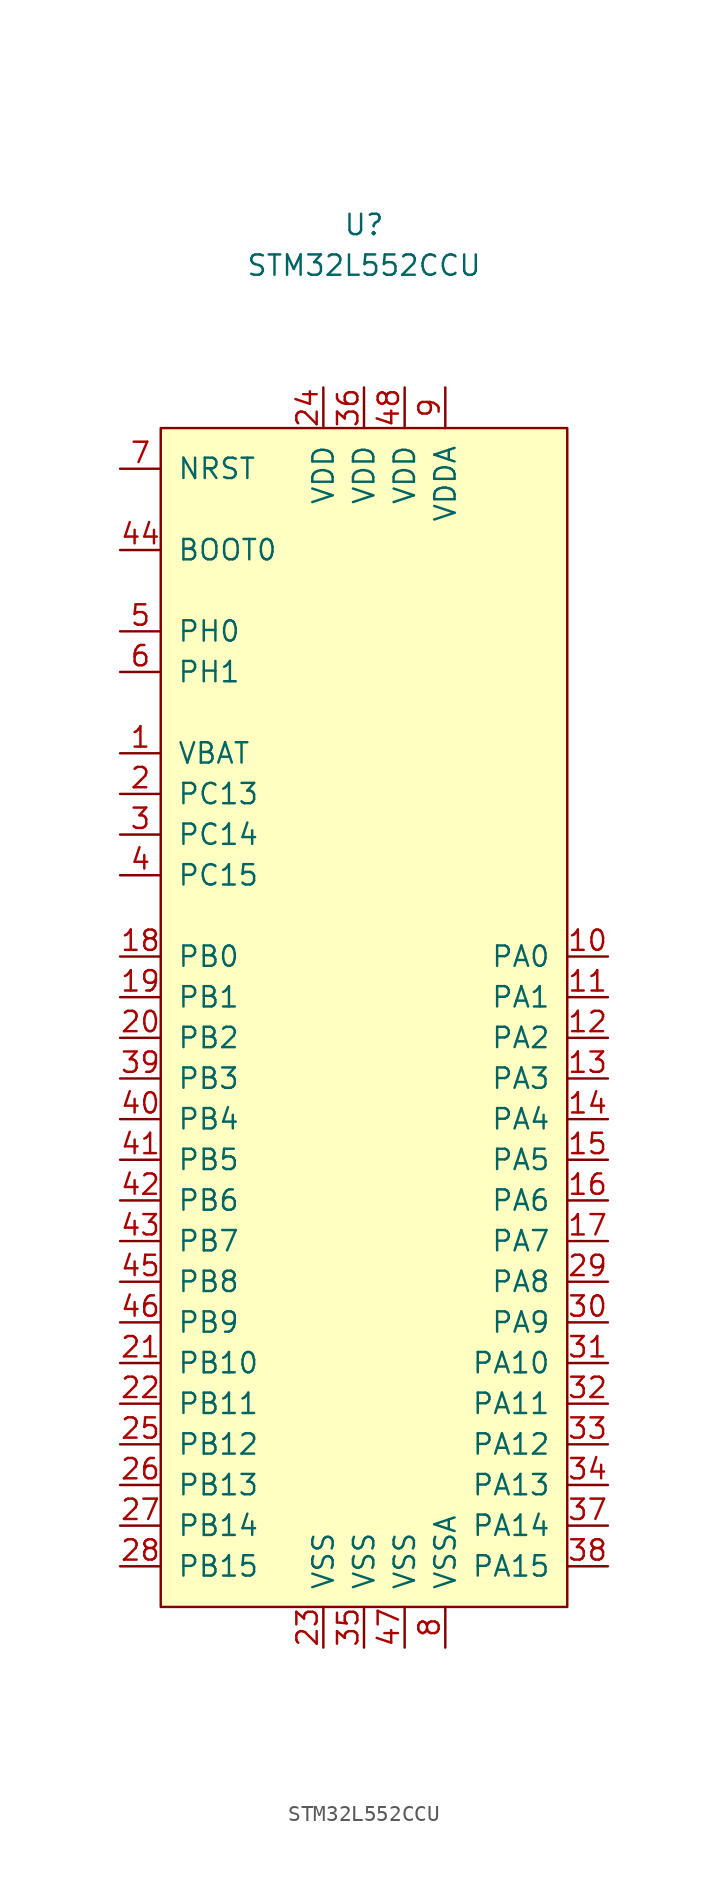
<source format=kicad_sym>
(kicad_symbol_lib
  (version 20211014)
  (generator kicad_symbol_editor)
  (symbol "STM32L552CCU"
    (pin_names
      (offset 1.016))
    (property "Reference" "U"
      (at 3.81 8.89 0)
      (effects (font (size 1.27 1.27))))
    (property "Value" "STM32L552CCU"
      (at 3.81 6.35 0)
      (effects (font (size 1.27 1.27))))
    (symbol "STM32L552CCU_0_1"
      (rectangle (start -8.89 -3.81) (end 16.51 -77.47) (stroke (width 0) (type default) (color 0 0 0 0)) (fill (type background))))
    (symbol "STM32L552CCU_1_1"
      (pin input line (at -11.43 -24.13 0) (length 2.54) (name "VBAT" (effects (font (size 1.27 1.27)))) (number "1" (effects (font (size 1.27 1.27)))))
      (pin input line (at 19.05 -36.83 180) (length 2.54) (name "PA0" (effects (font (size 1.27 1.27)))) (number "10" (effects (font (size 1.27 1.27)))))
      (pin input line (at 19.05 -39.37 180) (length 2.54) (name "PA1" (effects (font (size 1.27 1.27)))) (number "11" (effects (font (size 1.27 1.27)))))
      (pin input line (at 19.05 -41.91 180) (length 2.54) (name "PA2" (effects (font (size 1.27 1.27)))) (number "12" (effects (font (size 1.27 1.27)))))
      (pin input line (at 19.05 -44.45 180) (length 2.54) (name "PA3" (effects (font (size 1.27 1.27)))) (number "13" (effects (font (size 1.27 1.27)))))
      (pin input line (at 19.05 -46.99 180) (length 2.54) (name "PA4" (effects (font (size 1.27 1.27)))) (number "14" (effects (font (size 1.27 1.27)))))
      (pin input line (at 19.05 -49.53 180) (length 2.54) (name "PA5" (effects (font (size 1.27 1.27)))) (number "15" (effects (font (size 1.27 1.27)))))
      (pin input line (at 19.05 -52.07 180) (length 2.54) (name "PA6" (effects (font (size 1.27 1.27)))) (number "16" (effects (font (size 1.27 1.27)))))
      (pin input line (at 19.05 -54.61 180) (length 2.54) (name "PA7" (effects (font (size 1.27 1.27)))) (number "17" (effects (font (size 1.27 1.27)))))
      (pin input line (at -11.43 -36.83 0) (length 2.54) (name "PB0" (effects (font (size 1.27 1.27)))) (number "18" (effects (font (size 1.27 1.27)))))
      (pin input line (at -11.43 -39.37 0) (length 2.54) (name "PB1" (effects (font (size 1.27 1.27)))) (number "19" (effects (font (size 1.27 1.27)))))
      (pin input line (at -11.43 -26.67 0) (length 2.54) (name "PC13" (effects (font (size 1.27 1.27)))) (number "2" (effects (font (size 1.27 1.27)))))
      (pin input line (at -11.43 -41.91 0) (length 2.54) (name "PB2" (effects (font (size 1.27 1.27)))) (number "20" (effects (font (size 1.27 1.27)))))
      (pin input line (at -11.43 -62.23 0) (length 2.54) (name "PB10" (effects (font (size 1.27 1.27)))) (number "21" (effects (font (size 1.27 1.27)))))
      (pin input line (at -11.43 -64.77 0) (length 2.54) (name "PB11" (effects (font (size 1.27 1.27)))) (number "22" (effects (font (size 1.27 1.27)))))
      (pin input line (at 1.27 -80.01 90) (length 2.54) (name "VSS" (effects (font (size 1.27 1.27)))) (number "23" (effects (font (size 1.27 1.27)))))
      (pin input line (at 1.27 -1.27 270) (length 2.54) (name "VDD" (effects (font (size 1.27 1.27)))) (number "24" (effects (font (size 1.27 1.27)))))
      (pin input line (at -11.43 -67.31 0) (length 2.54) (name "PB12" (effects (font (size 1.27 1.27)))) (number "25" (effects (font (size 1.27 1.27)))))
      (pin input line (at -11.43 -69.85 0) (length 2.54) (name "PB13" (effects (font (size 1.27 1.27)))) (number "26" (effects (font (size 1.27 1.27)))))
      (pin input line (at -11.43 -72.39 0) (length 2.54) (name "PB14" (effects (font (size 1.27 1.27)))) (number "27" (effects (font (size 1.27 1.27)))))
      (pin input line (at -11.43 -74.93 0) (length 2.54) (name "PB15" (effects (font (size 1.27 1.27)))) (number "28" (effects (font (size 1.27 1.27)))))
      (pin input line (at 19.05 -57.15 180) (length 2.54) (name "PA8" (effects (font (size 1.27 1.27)))) (number "29" (effects (font (size 1.27 1.27)))))
      (pin input line (at -11.43 -29.21 0) (length 2.54) (name "PC14" (effects (font (size 1.27 1.27)))) (number "3" (effects (font (size 1.27 1.27)))))
      (pin input line (at 19.05 -59.69 180) (length 2.54) (name "PA9" (effects (font (size 1.27 1.27)))) (number "30" (effects (font (size 1.27 1.27)))))
      (pin input line (at 19.05 -62.23 180) (length 2.54) (name "PA10" (effects (font (size 1.27 1.27)))) (number "31" (effects (font (size 1.27 1.27)))))
      (pin input line (at 19.05 -64.77 180) (length 2.54) (name "PA11" (effects (font (size 1.27 1.27)))) (number "32" (effects (font (size 1.27 1.27)))))
      (pin input line (at 19.05 -67.31 180) (length 2.54) (name "PA12" (effects (font (size 1.27 1.27)))) (number "33" (effects (font (size 1.27 1.27)))))
      (pin input line (at 19.05 -69.85 180) (length 2.54) (name "PA13" (effects (font (size 1.27 1.27)))) (number "34" (effects (font (size 1.27 1.27)))))
      (pin input line (at 3.81 -80.01 90) (length 2.54) (name "VSS" (effects (font (size 1.27 1.27)))) (number "35" (effects (font (size 1.27 1.27)))))
      (pin input line (at 3.81 -1.27 270) (length 2.54) (name "VDD" (effects (font (size 1.27 1.27)))) (number "36" (effects (font (size 1.27 1.27)))))
      (pin input line (at 19.05 -72.39 180) (length 2.54) (name "PA14" (effects (font (size 1.27 1.27)))) (number "37" (effects (font (size 1.27 1.27)))))
      (pin input line (at 19.05 -74.93 180) (length 2.54) (name "PA15" (effects (font (size 1.27 1.27)))) (number "38" (effects (font (size 1.27 1.27)))))
      (pin input line (at -11.43 -44.45 0) (length 2.54) (name "PB3" (effects (font (size 1.27 1.27)))) (number "39" (effects (font (size 1.27 1.27)))))
      (pin input line (at -11.43 -31.75 0) (length 2.54) (name "PC15" (effects (font (size 1.27 1.27)))) (number "4" (effects (font (size 1.27 1.27)))))
      (pin input line (at -11.43 -46.99 0) (length 2.54) (name "PB4" (effects (font (size 1.27 1.27)))) (number "40" (effects (font (size 1.27 1.27)))))
      (pin input line (at -11.43 -49.53 0) (length 2.54) (name "PB5" (effects (font (size 1.27 1.27)))) (number "41" (effects (font (size 1.27 1.27)))))
      (pin input line (at -11.43 -52.07 0) (length 2.54) (name "PB6" (effects (font (size 1.27 1.27)))) (number "42" (effects (font (size 1.27 1.27)))))
      (pin input line (at -11.43 -54.61 0) (length 2.54) (name "PB7" (effects (font (size 1.27 1.27)))) (number "43" (effects (font (size 1.27 1.27)))))
      (pin input line (at -11.43 -11.43 0) (length 2.54) (name "BOOT0" (effects (font (size 1.27 1.27)))) (number "44" (effects (font (size 1.27 1.27)))))
      (pin input line (at -11.43 -57.15 0) (length 2.54) (name "PB8" (effects (font (size 1.27 1.27)))) (number "45" (effects (font (size 1.27 1.27)))))
      (pin input line (at -11.43 -59.69 0) (length 2.54) (name "PB9" (effects (font (size 1.27 1.27)))) (number "46" (effects (font (size 1.27 1.27)))))
      (pin input line (at 6.35 -80.01 90) (length 2.54) (name "VSS" (effects (font (size 1.27 1.27)))) (number "47" (effects (font (size 1.27 1.27)))))
      (pin input line (at 6.35 -1.27 270) (length 2.54) (name "VDD" (effects (font (size 1.27 1.27)))) (number "48" (effects (font (size 1.27 1.27)))))
      (pin input line (at -11.43 -16.51 0) (length 2.54) (name "PH0" (effects (font (size 1.27 1.27)))) (number "5" (effects (font (size 1.27 1.27)))))
      (pin input line (at -11.43 -19.05 0) (length 2.54) (name "PH1" (effects (font (size 1.27 1.27)))) (number "6" (effects (font (size 1.27 1.27)))))
      (pin input line (at -11.43 -6.35 0) (length 2.54) (name "NRST" (effects (font (size 1.27 1.27)))) (number "7" (effects (font (size 1.27 1.27)))))
      (pin input line (at 8.89 -80.01 90) (length 2.54) (name "VSSA" (effects (font (size 1.27 1.27)))) (number "8" (effects (font (size 1.27 1.27)))))
      (pin input line (at 8.89 -1.27 270) (length 2.54) (name "VDDA" (effects (font (size 1.27 1.27)))) (number "9" (effects (font (size 1.27 1.27))))))))
</source>
